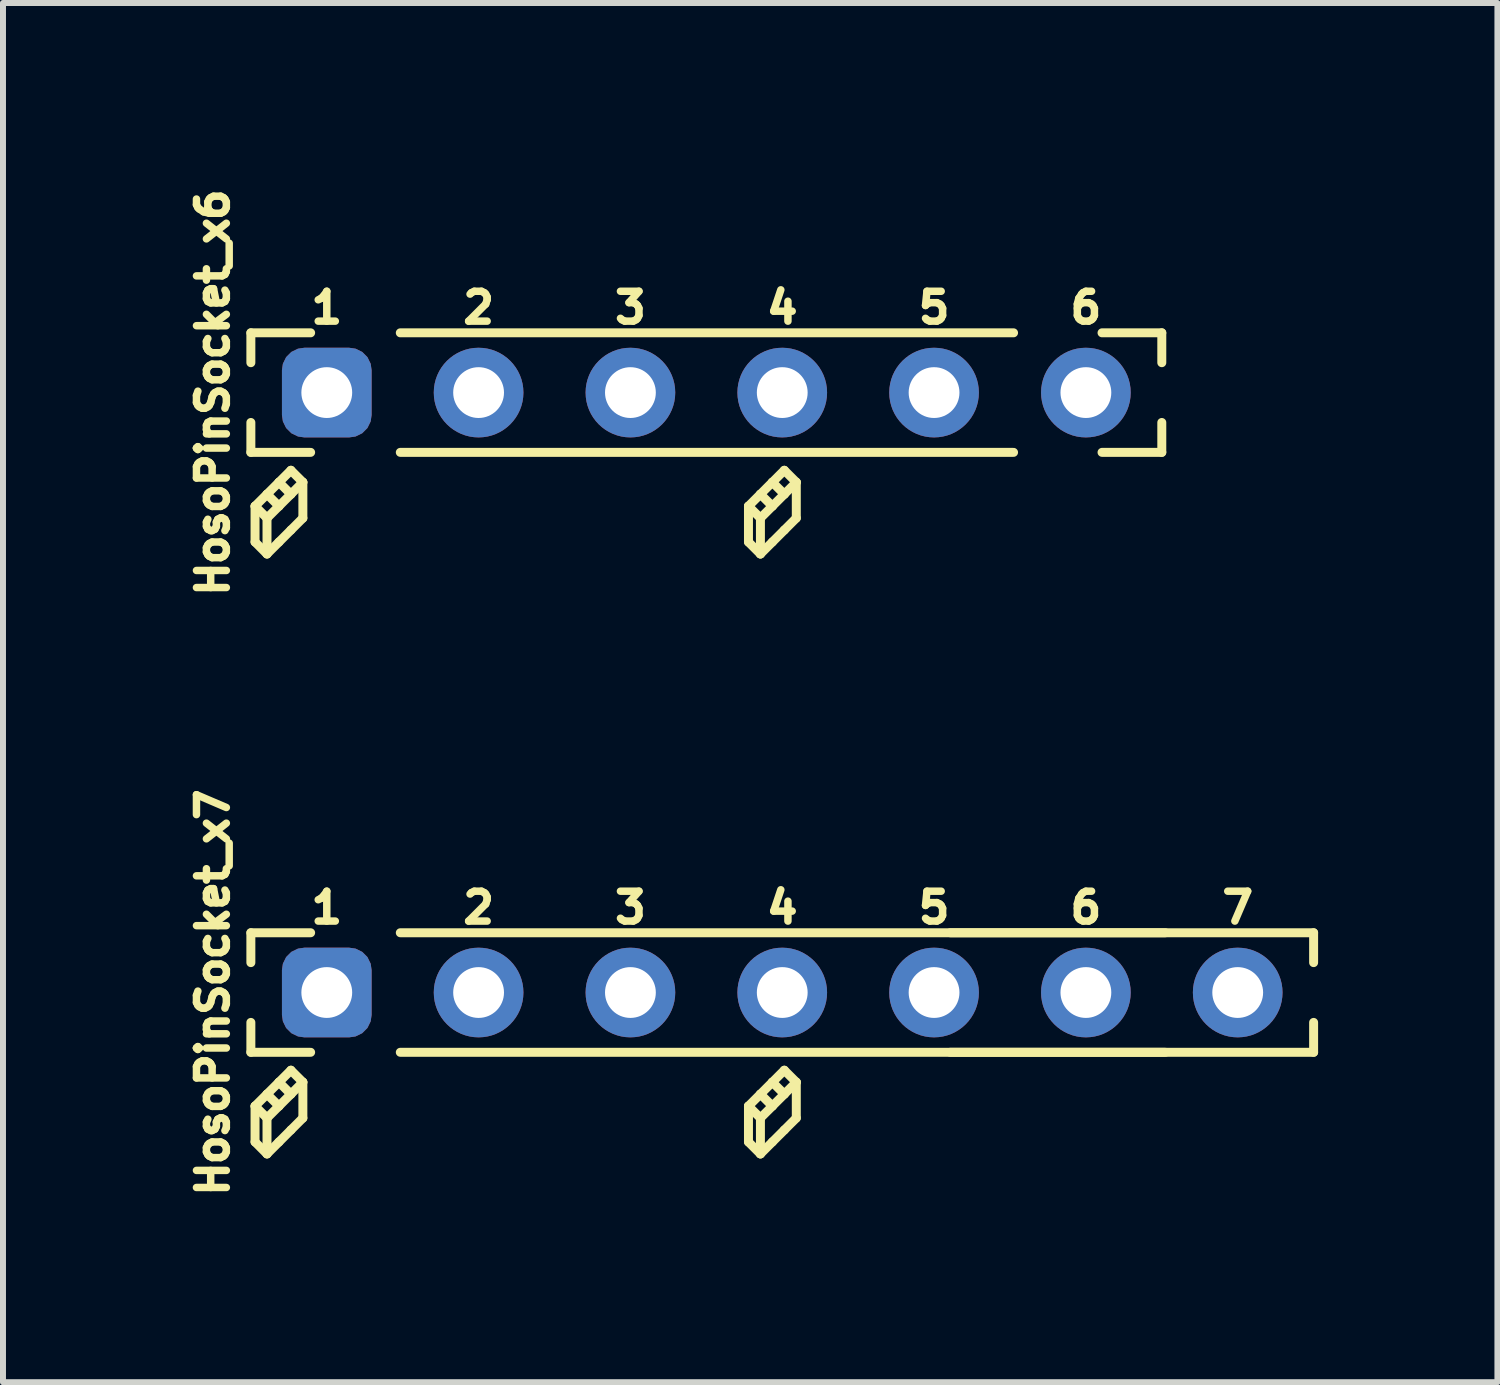
<source format=kicad_pcb>
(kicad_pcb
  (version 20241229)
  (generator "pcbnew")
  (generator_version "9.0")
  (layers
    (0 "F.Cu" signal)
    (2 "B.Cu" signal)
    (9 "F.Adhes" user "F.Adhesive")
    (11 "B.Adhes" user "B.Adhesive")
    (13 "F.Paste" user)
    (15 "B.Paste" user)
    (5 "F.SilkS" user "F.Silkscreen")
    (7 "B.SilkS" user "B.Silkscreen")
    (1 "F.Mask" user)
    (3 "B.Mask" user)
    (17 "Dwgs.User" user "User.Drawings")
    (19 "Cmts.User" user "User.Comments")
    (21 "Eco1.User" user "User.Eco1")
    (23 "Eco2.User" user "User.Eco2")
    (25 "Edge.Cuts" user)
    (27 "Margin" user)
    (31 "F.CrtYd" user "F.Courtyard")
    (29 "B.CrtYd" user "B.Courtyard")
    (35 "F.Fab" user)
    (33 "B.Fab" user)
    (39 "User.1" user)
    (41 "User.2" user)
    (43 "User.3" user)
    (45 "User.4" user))
  (footprint "HosoPinSocket_x6"
    (layer "F.Cu")
    (at 2.417 3.518)
    (property "Reference" "HosoPinSocket_x6" (at -1.905 0 90) (layer "F.SilkS") (effects (font (size 0.5 0.5) (thickness 0.125))))
    (attr through_hole)
    (fp_line (start -1.27 -1) (end -1.27 -0.5) (stroke (width 0.15) (type solid)) (layer "F.SilkS"))
    (fp_line (start -1.27 -1) (end -0.27 -1) (stroke (width 0.15) (type solid)) (layer "F.SilkS"))
    (fp_line (start -1.27 1) (end -1.27 0.5) (stroke (width 0.15) (type solid)) (layer "F.SilkS"))
    (fp_line (start -1.27 1) (end -0.27 1) (stroke (width 0.15) (type solid)) (layer "F.SilkS"))
    (fp_line (start -1.2 1.9) (end -1.2 2.5) (stroke (width 0.15) (type solid)) (layer "F.SilkS"))
    (fp_line (start -1.2 1.9) (end -1 1.7) (stroke (width 0.15) (type solid)) (layer "F.SilkS"))
    (fp_line (start -1.2 2.5) (end -1 2.7) (stroke (width 0.15) (type solid)) (layer "F.SilkS"))
    (fp_line (start -1 1.7) (end -0.8 1.5) (stroke (width 0.15) (type solid)) (layer "F.SilkS"))
    (fp_line (start -1 1.7) (end -0.8 1.9) (stroke (width 0.15) (type solid)) (layer "F.SilkS"))
    (fp_line (start -1 2.1) (end -1.2 1.9) (stroke (width 0.15) (type solid)) (layer "F.SilkS"))
    (fp_line (start -1 2.1) (end -1 2.7) (stroke (width 0.15) (type solid)) (layer "F.SilkS"))
    (fp_line (start -1 2.7) (end -0.8 2.5) (stroke (width 0.15) (type solid)) (layer "F.SilkS"))
    (fp_line (start -0.8 1.5) (end -0.6 1.3) (stroke (width 0.15) (type solid)) (layer "F.SilkS"))
    (fp_line (start -0.8 1.5) (end -0.6 1.7) (stroke (width 0.15) (type solid)) (layer "F.SilkS"))
    (fp_line (start -0.8 1.9) (end -1 2.1) (stroke (width 0.15) (type solid)) (layer "F.SilkS"))
    (fp_line (start -0.6 1.3) (end -0.4 1.5) (stroke (width 0.15) (type solid)) (layer "F.SilkS"))
    (fp_line (start -0.6 1.7) (end -0.8 1.9) (stroke (width 0.15) (type solid)) (layer "F.SilkS"))
    (fp_line (start -0.6 2.3) (end -0.8 2.5) (stroke (width 0.15) (type solid)) (layer "F.SilkS"))
    (fp_line (start -0.4 1.5) (end -0.6 1.7) (stroke (width 0.15) (type solid)) (layer "F.SilkS"))
    (fp_line (start -0.4 1.5) (end -0.4 2.1) (stroke (width 0.15) (type solid)) (layer "F.SilkS"))
    (fp_line (start -0.4 2.1) (end -0.6 2.3) (stroke (width 0.15) (type solid)) (layer "F.SilkS"))
    (fp_line (start 1.23 -1) (end 11.49 -1) (stroke (width 0.15) (type solid)) (layer "F.SilkS"))
    (fp_line (start 7.055 1.9) (end 7.055 2.5) (stroke (width 0.15) (type solid)) (layer "F.SilkS"))
    (fp_line (start 7.055 1.9) (end 7.255 1.7) (stroke (width 0.15) (type solid)) (layer "F.SilkS"))
    (fp_line (start 7.055 2.5) (end 7.255 2.7) (stroke (width 0.15) (type solid)) (layer "F.SilkS"))
    (fp_line (start 7.255 1.7) (end 7.455 1.5) (stroke (width 0.15) (type solid)) (layer "F.SilkS"))
    (fp_line (start 7.255 1.7) (end 7.455 1.9) (stroke (width 0.15) (type solid)) (layer "F.SilkS"))
    (fp_line (start 7.255 2.1) (end 7.055 1.9) (stroke (width 0.15) (type solid)) (layer "F.SilkS"))
    (fp_line (start 7.255 2.1) (end 7.255 2.7) (stroke (width 0.15) (type solid)) (layer "F.SilkS"))
    (fp_line (start 7.255 2.7) (end 7.455 2.5) (stroke (width 0.15) (type solid)) (layer "F.SilkS"))
    (fp_line (start 7.455 1.5) (end 7.655 1.3) (stroke (width 0.15) (type solid)) (layer "F.SilkS"))
    (fp_line (start 7.455 1.5) (end 7.655 1.7) (stroke (width 0.15) (type solid)) (layer "F.SilkS"))
    (fp_line (start 7.455 1.9) (end 7.255 2.1) (stroke (width 0.15) (type solid)) (layer "F.SilkS"))
    (fp_line (start 7.655 1.3) (end 7.855 1.5) (stroke (width 0.15) (type solid)) (layer "F.SilkS"))
    (fp_line (start 7.655 1.7) (end 7.455 1.9) (stroke (width 0.15) (type solid)) (layer "F.SilkS"))
    (fp_line (start 7.655 2.3) (end 7.455 2.5) (stroke (width 0.15) (type solid)) (layer "F.SilkS"))
    (fp_line (start 7.855 1.5) (end 7.655 1.7) (stroke (width 0.15) (type solid)) (layer "F.SilkS"))
    (fp_line (start 7.855 1.5) (end 7.855 2.1) (stroke (width 0.15) (type solid)) (layer "F.SilkS"))
    (fp_line (start 7.855 2.1) (end 7.655 2.3) (stroke (width 0.15) (type solid)) (layer "F.SilkS"))
    (fp_line (start 11.49 1) (end 1.23 1) (stroke (width 0.15) (type solid)) (layer "F.SilkS"))
    (fp_line (start 13.97 -1) (end 12.97 -1) (stroke (width 0.15) (type solid)) (layer "F.SilkS"))
    (fp_line (start 13.97 -0.5) (end 13.97 -1) (stroke (width 0.15) (type solid)) (layer "F.SilkS"))
    (fp_line (start 13.97 1) (end 12.97 1) (stroke (width 0.15) (type solid)) (layer "F.SilkS"))
    (fp_line (start 13.97 1) (end 13.97 0.5) (stroke (width 0.15) (type solid)) (layer "F.SilkS"))
    (fp_text user "1" (at 0 -1.42 0) (layer "F.SilkS") (effects (font (size 0.5 0.5) (thickness 0.125))))
    (fp_text user "6" (at 12.7 -1.42 0) (layer "F.SilkS") (effects (font (size 0.5 0.5) (thickness 0.125))))
    (fp_text user "5" (at 10.16 -1.42 0) (layer "F.SilkS") (effects (font (size 0.5 0.5) (thickness 0.125))))
    (fp_text user "4" (at 7.62 -1.42 0) (layer "F.SilkS") (effects (font (size 0.5 0.5) (thickness 0.125))))
    (fp_text user "2" (at 2.54 -1.42 0) (layer "F.SilkS") (effects (font (size 0.5 0.5) (thickness 0.125))))
    (fp_text user "3" (at 5.08 -1.42 0) (layer "F.SilkS") (effects (font (size 0.5 0.5) (thickness 0.125))))
    (pad "1" thru_hole roundrect (at 0 0 90) (size 1.5 1.5) (drill 0.85) (layers "*.Cu" "*.Mask") (roundrect_rratio 0.25))
    (pad "2" thru_hole circle (at 2.54 0) (size 1.5 1.5) (drill 0.85) (layers "*.Cu" "*.Mask"))
    (pad "3" thru_hole circle (at 5.08 0) (size 1.5 1.5) (drill 0.85) (layers "*.Cu" "*.Mask"))
    (pad "4" thru_hole circle (at 7.62 0) (size 1.5 1.5) (drill 0.85) (layers "*.Cu" "*.Mask"))
    (pad "5" thru_hole circle (at 10.16 0) (size 1.5 1.5) (drill 0.85) (layers "*.Cu" "*.Mask"))
    (pad "6" thru_hole circle (at 12.7 0) (size 1.5 1.5) (drill 0.85) (layers "*.Cu" "*.Mask")))
  (footprint "HosoPinSocket_x7"
    (layer "F.Cu")
    (at 2.417 13.555)
    (property "Reference" "HosoPinSocket_x7" (at -1.905 0 90) (layer "F.SilkS") (effects (font (size 0.5 0.5) (thickness 0.125))))
    (attr through_hole)
    (fp_line (start -1.27 -1) (end -1.27 -0.5) (stroke (width 0.15) (type solid)) (layer "F.SilkS"))
    (fp_line (start -1.27 -1) (end -0.27 -1) (stroke (width 0.15) (type solid)) (layer "F.SilkS"))
    (fp_line (start -1.27 1) (end -1.27 0.5) (stroke (width 0.15) (type solid)) (layer "F.SilkS"))
    (fp_line (start -1.27 1) (end -0.27 1) (stroke (width 0.15) (type solid)) (layer "F.SilkS"))
    (fp_line (start -1.2 1.9) (end -1.2 2.5) (stroke (width 0.15) (type solid)) (layer "F.SilkS"))
    (fp_line (start -1.2 1.9) (end -1 1.7) (stroke (width 0.15) (type solid)) (layer "F.SilkS"))
    (fp_line (start -1.2 2.5) (end -1 2.7) (stroke (width 0.15) (type solid)) (layer "F.SilkS"))
    (fp_line (start -1 1.7) (end -0.8 1.5) (stroke (width 0.15) (type solid)) (layer "F.SilkS"))
    (fp_line (start -1 1.7) (end -0.8 1.9) (stroke (width 0.15) (type solid)) (layer "F.SilkS"))
    (fp_line (start -1 2.1) (end -1.2 1.9) (stroke (width 0.15) (type solid)) (layer "F.SilkS"))
    (fp_line (start -1 2.1) (end -1 2.7) (stroke (width 0.15) (type solid)) (layer "F.SilkS"))
    (fp_line (start -1 2.7) (end -0.8 2.5) (stroke (width 0.15) (type solid)) (layer "F.SilkS"))
    (fp_line (start -0.8 1.5) (end -0.6 1.3) (stroke (width 0.15) (type solid)) (layer "F.SilkS"))
    (fp_line (start -0.8 1.5) (end -0.6 1.7) (stroke (width 0.15) (type solid)) (layer "F.SilkS"))
    (fp_line (start -0.8 1.9) (end -1 2.1) (stroke (width 0.15) (type solid)) (layer "F.SilkS"))
    (fp_line (start -0.6 1.3) (end -0.4 1.5) (stroke (width 0.15) (type solid)) (layer "F.SilkS"))
    (fp_line (start -0.6 1.7) (end -0.8 1.9) (stroke (width 0.15) (type solid)) (layer "F.SilkS"))
    (fp_line (start -0.6 2.3) (end -0.8 2.5) (stroke (width 0.15) (type solid)) (layer "F.SilkS"))
    (fp_line (start -0.4 1.5) (end -0.6 1.7) (stroke (width 0.15) (type solid)) (layer "F.SilkS"))
    (fp_line (start -0.4 1.5) (end -0.4 2.1) (stroke (width 0.15) (type solid)) (layer "F.SilkS"))
    (fp_line (start -0.4 2.1) (end -0.6 2.3) (stroke (width 0.15) (type solid)) (layer "F.SilkS"))
    (fp_line (start 1.23 -1) (end 14.03 -1) (stroke (width 0.15) (type solid)) (layer "F.SilkS"))
    (fp_line (start 7.055 1.9) (end 7.055 2.5) (stroke (width 0.15) (type solid)) (layer "F.SilkS"))
    (fp_line (start 7.055 1.9) (end 7.255 1.7) (stroke (width 0.15) (type solid)) (layer "F.SilkS"))
    (fp_line (start 7.055 2.5) (end 7.255 2.7) (stroke (width 0.15) (type solid)) (layer "F.SilkS"))
    (fp_line (start 7.255 1.7) (end 7.455 1.5) (stroke (width 0.15) (type solid)) (layer "F.SilkS"))
    (fp_line (start 7.255 1.7) (end 7.455 1.9) (stroke (width 0.15) (type solid)) (layer "F.SilkS"))
    (fp_line (start 7.255 2.1) (end 7.055 1.9) (stroke (width 0.15) (type solid)) (layer "F.SilkS"))
    (fp_line (start 7.255 2.1) (end 7.255 2.7) (stroke (width 0.15) (type solid)) (layer "F.SilkS"))
    (fp_line (start 7.255 2.7) (end 7.455 2.5) (stroke (width 0.15) (type solid)) (layer "F.SilkS"))
    (fp_line (start 7.455 1.5) (end 7.655 1.3) (stroke (width 0.15) (type solid)) (layer "F.SilkS"))
    (fp_line (start 7.455 1.5) (end 7.655 1.7) (stroke (width 0.15) (type solid)) (layer "F.SilkS"))
    (fp_line (start 7.455 1.9) (end 7.255 2.1) (stroke (width 0.15) (type solid)) (layer "F.SilkS"))
    (fp_line (start 7.655 1.3) (end 7.855 1.5) (stroke (width 0.15) (type solid)) (layer "F.SilkS"))
    (fp_line (start 7.655 1.7) (end 7.455 1.9) (stroke (width 0.15) (type solid)) (layer "F.SilkS"))
    (fp_line (start 7.655 2.3) (end 7.455 2.5) (stroke (width 0.15) (type solid)) (layer "F.SilkS"))
    (fp_line (start 7.855 1.5) (end 7.655 1.7) (stroke (width 0.15) (type solid)) (layer "F.SilkS"))
    (fp_line (start 7.855 1.5) (end 7.855 2.1) (stroke (width 0.15) (type solid)) (layer "F.SilkS"))
    (fp_line (start 7.855 2.1) (end 7.655 2.3) (stroke (width 0.15) (type solid)) (layer "F.SilkS"))
    (fp_line (start 14.03 1) (end 1.23 1) (stroke (width 0.15) (type solid)) (layer "F.SilkS"))
    (fp_line (start 16.51 -1) (end 10.43 -1) (stroke (width 0.15) (type solid)) (layer "F.SilkS"))
    (fp_line (start 16.51 -0.5) (end 16.51 -1) (stroke (width 0.15) (type solid)) (layer "F.SilkS"))
    (fp_line (start 16.51 1) (end 10.43 1) (stroke (width 0.15) (type solid)) (layer "F.SilkS"))
    (fp_line (start 16.51 1) (end 16.51 0.5) (stroke (width 0.15) (type solid)) (layer "F.SilkS"))
    (fp_text user "4" (at 7.62 -1.42 0) (layer "F.SilkS") (effects (font (size 0.5 0.5) (thickness 0.125))))
    (fp_text user "7" (at 15.24 -1.42 0) (layer "F.SilkS") (effects (font (size 0.5 0.5) (thickness 0.125))))
    (fp_text user "6" (at 12.7 -1.42 0) (layer "F.SilkS") (effects (font (size 0.5 0.5) (thickness 0.125))))
    (fp_text user "5" (at 10.16 -1.42 0) (layer "F.SilkS") (effects (font (size 0.5 0.5) (thickness 0.125))))
    (fp_text user "3" (at 5.08 -1.42 0) (layer "F.SilkS") (effects (font (size 0.5 0.5) (thickness 0.125))))
    (fp_text user "1" (at 0 -1.42 0) (layer "F.SilkS") (effects (font (size 0.5 0.5) (thickness 0.125))))
    (fp_text user "2" (at 2.54 -1.42 0) (layer "F.SilkS") (effects (font (size 0.5 0.5) (thickness 0.125))))
    (pad "1" thru_hole roundrect (at 0 0 90) (size 1.5 1.5) (drill 0.85) (layers "*.Cu" "*.Mask") (roundrect_rratio 0.25))
    (pad "2" thru_hole circle (at 2.54 0) (size 1.5 1.5) (drill 0.85) (layers "*.Cu" "*.Mask"))
    (pad "3" thru_hole circle (at 5.08 0) (size 1.5 1.5) (drill 0.85) (layers "*.Cu" "*.Mask"))
    (pad "4" thru_hole circle (at 7.62 0) (size 1.5 1.5) (drill 0.85) (layers "*.Cu" "*.Mask"))
    (pad "5" thru_hole circle (at 10.16 0) (size 1.5 1.5) (drill 0.85) (layers "*.Cu" "*.Mask"))
    (pad "6" thru_hole circle (at 12.7 0) (size 1.5 1.5) (drill 0.85) (layers "*.Cu" "*.Mask"))
    (pad "7" thru_hole circle (at 15.24 0) (size 1.5 1.5) (drill 0.85) (layers "*.Cu" "*.Mask")))
  (gr_rect
    (start -3 -3)
    (end 22.002 20.074)
    (stroke (width 0.1) (type default))
    (fill no)
    (layer "Edge.Cuts")))
</source>
